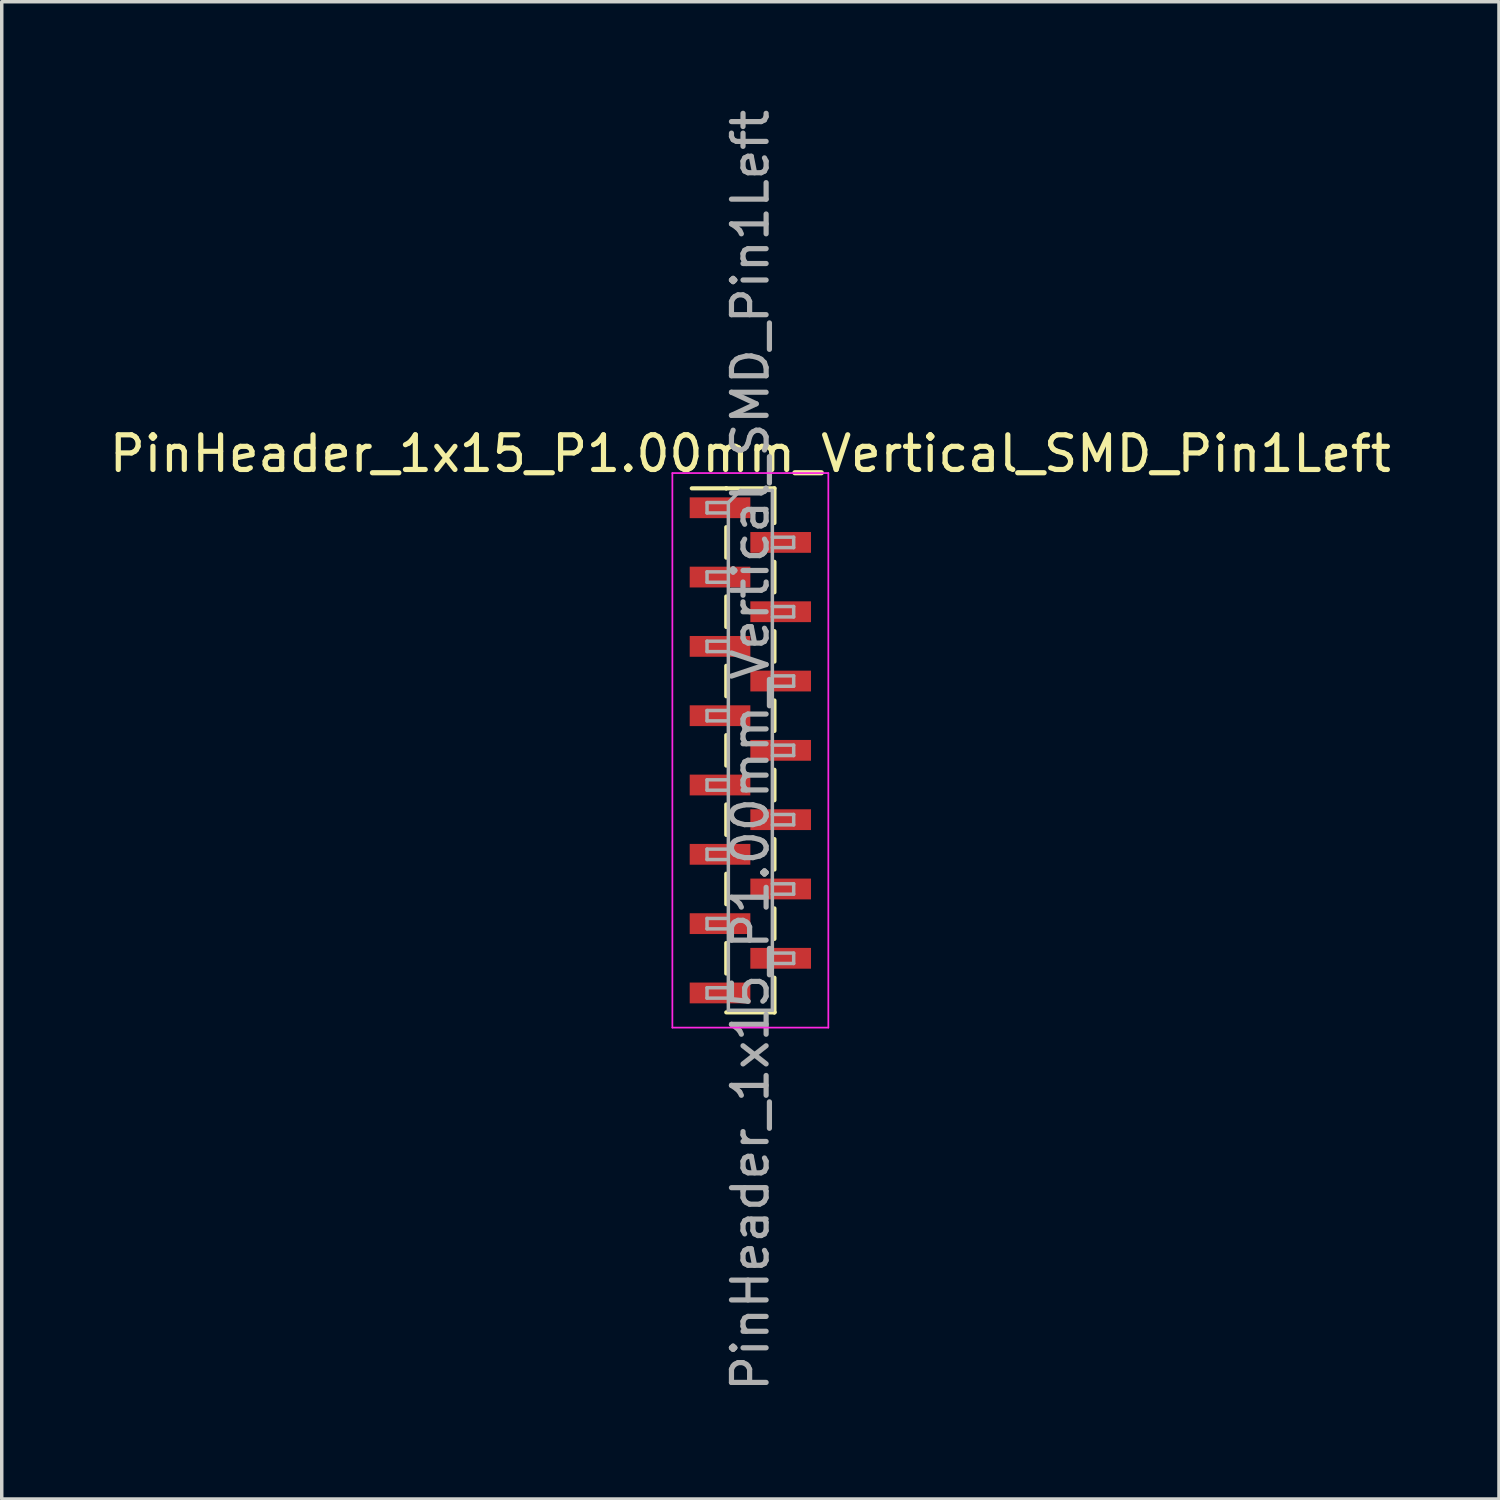
<source format=kicad_pcb>
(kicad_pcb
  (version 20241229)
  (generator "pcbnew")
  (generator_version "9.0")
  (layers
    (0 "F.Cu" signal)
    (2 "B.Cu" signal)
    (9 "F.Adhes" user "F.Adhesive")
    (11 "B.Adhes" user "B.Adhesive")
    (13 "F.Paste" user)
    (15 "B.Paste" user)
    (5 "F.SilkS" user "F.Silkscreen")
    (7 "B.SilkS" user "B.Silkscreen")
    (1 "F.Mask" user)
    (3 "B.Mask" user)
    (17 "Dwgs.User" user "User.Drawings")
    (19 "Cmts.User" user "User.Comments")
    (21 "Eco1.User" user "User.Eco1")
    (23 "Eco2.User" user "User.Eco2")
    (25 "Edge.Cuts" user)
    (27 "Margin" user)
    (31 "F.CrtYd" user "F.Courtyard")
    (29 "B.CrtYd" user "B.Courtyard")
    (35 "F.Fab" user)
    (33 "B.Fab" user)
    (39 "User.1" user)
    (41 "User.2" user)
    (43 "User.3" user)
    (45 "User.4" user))
  (footprint "PinHeader_1x15_P1.00mm_Vertical_SMD_Pin1Left"
    (layer "F.Cu")
    (at 18.601 18.601)
    (property "Reference" "PinHeader_1x15_P1.00mm_Vertical_SMD_Pin1Left" (at 0 -8.56 0) (layer "F.SilkS") (effects (font (size 1 1) (thickness 0.15))))
    (attr smd)
    (fp_line (start -0.695 -7.56) (end -1.69 -7.56) (stroke (width 0.12) (type solid)) (layer "F.SilkS"))
    (fp_line (start -0.695 -7.56) (end -0.695 -7.56) (stroke (width 0.12) (type solid)) (layer "F.SilkS"))
    (fp_line (start -0.695 -7.56) (end 0.695 -7.56) (stroke (width 0.12) (type solid)) (layer "F.SilkS"))
    (fp_line (start -0.695 -6.44) (end -0.695 -5.56) (stroke (width 0.12) (type solid)) (layer "F.SilkS"))
    (fp_line (start -0.695 -4.44) (end -0.695 -3.56) (stroke (width 0.12) (type solid)) (layer "F.SilkS"))
    (fp_line (start -0.695 -2.44) (end -0.695 -1.56) (stroke (width 0.12) (type solid)) (layer "F.SilkS"))
    (fp_line (start -0.695 -0.44) (end -0.695 0.44) (stroke (width 0.12) (type solid)) (layer "F.SilkS"))
    (fp_line (start -0.695 1.56) (end -0.695 2.44) (stroke (width 0.12) (type solid)) (layer "F.SilkS"))
    (fp_line (start -0.695 3.56) (end -0.695 4.44) (stroke (width 0.12) (type solid)) (layer "F.SilkS"))
    (fp_line (start -0.695 5.56) (end -0.695 6.44) (stroke (width 0.12) (type solid)) (layer "F.SilkS"))
    (fp_line (start -0.695 7.56) (end 0.695 7.56) (stroke (width 0.12) (type solid)) (layer "F.SilkS"))
    (fp_line (start 0.695 -7.56) (end 0.695 -6.56) (stroke (width 0.12) (type solid)) (layer "F.SilkS"))
    (fp_line (start 0.695 -5.44) (end 0.695 -4.56) (stroke (width 0.12) (type solid)) (layer "F.SilkS"))
    (fp_line (start 0.695 -3.44) (end 0.695 -2.56) (stroke (width 0.12) (type solid)) (layer "F.SilkS"))
    (fp_line (start 0.695 -1.44) (end 0.695 -0.56) (stroke (width 0.12) (type solid)) (layer "F.SilkS"))
    (fp_line (start 0.695 0.56) (end 0.695 1.44) (stroke (width 0.12) (type solid)) (layer "F.SilkS"))
    (fp_line (start 0.695 2.56) (end 0.695 3.44) (stroke (width 0.12) (type solid)) (layer "F.SilkS"))
    (fp_line (start 0.695 4.56) (end 0.695 5.44) (stroke (width 0.12) (type solid)) (layer "F.SilkS"))
    (fp_line (start 0.695 6.56) (end 0.695 7.56) (stroke (width 0.12) (type solid)) (layer "F.SilkS"))
    (fp_line (start 0.695 7.56) (end 0.695 7.56) (stroke (width 0.12) (type solid)) (layer "F.SilkS"))
    (fp_line (start -2.25 -8) (end -2.25 8) (stroke (width 0.05) (type solid)) (layer "F.CrtYd"))
    (fp_line (start -2.25 8) (end 2.25 8) (stroke (width 0.05) (type solid)) (layer "F.CrtYd"))
    (fp_line (start 2.25 -8) (end -2.25 -8) (stroke (width 0.05) (type solid)) (layer "F.CrtYd"))
    (fp_line (start 2.25 8) (end 2.25 -8) (stroke (width 0.05) (type solid)) (layer "F.CrtYd"))
    (fp_line (start -1.25 -7.15) (end -1.25 -6.85) (stroke (width 0.1) (type solid)) (layer "F.Fab"))
    (fp_line (start -1.25 -6.85) (end -0.635 -6.85) (stroke (width 0.1) (type solid)) (layer "F.Fab"))
    (fp_line (start -1.25 -5.15) (end -1.25 -4.85) (stroke (width 0.1) (type solid)) (layer "F.Fab"))
    (fp_line (start -1.25 -4.85) (end -0.635 -4.85) (stroke (width 0.1) (type solid)) (layer "F.Fab"))
    (fp_line (start -1.25 -3.15) (end -1.25 -2.85) (stroke (width 0.1) (type solid)) (layer "F.Fab"))
    (fp_line (start -1.25 -2.85) (end -0.635 -2.85) (stroke (width 0.1) (type solid)) (layer "F.Fab"))
    (fp_line (start -1.25 -1.15) (end -1.25 -0.85) (stroke (width 0.1) (type solid)) (layer "F.Fab"))
    (fp_line (start -1.25 -0.85) (end -0.635 -0.85) (stroke (width 0.1) (type solid)) (layer "F.Fab"))
    (fp_line (start -1.25 0.85) (end -1.25 1.15) (stroke (width 0.1) (type solid)) (layer "F.Fab"))
    (fp_line (start -1.25 1.15) (end -0.635 1.15) (stroke (width 0.1) (type solid)) (layer "F.Fab"))
    (fp_line (start -1.25 2.85) (end -1.25 3.15) (stroke (width 0.1) (type solid)) (layer "F.Fab"))
    (fp_line (start -1.25 3.15) (end -0.635 3.15) (stroke (width 0.1) (type solid)) (layer "F.Fab"))
    (fp_line (start -1.25 4.85) (end -1.25 5.15) (stroke (width 0.1) (type solid)) (layer "F.Fab"))
    (fp_line (start -1.25 5.15) (end -0.635 5.15) (stroke (width 0.1) (type solid)) (layer "F.Fab"))
    (fp_line (start -1.25 6.85) (end -1.25 7.15) (stroke (width 0.1) (type solid)) (layer "F.Fab"))
    (fp_line (start -1.25 7.15) (end -0.635 7.15) (stroke (width 0.1) (type solid)) (layer "F.Fab"))
    (fp_line (start -0.635 -7.15) (end -1.25 -7.15) (stroke (width 0.1) (type solid)) (layer "F.Fab"))
    (fp_line (start -0.635 -7.15) (end -0.285 -7.5) (stroke (width 0.1) (type solid)) (layer "F.Fab"))
    (fp_line (start -0.635 -5.15) (end -1.25 -5.15) (stroke (width 0.1) (type solid)) (layer "F.Fab"))
    (fp_line (start -0.635 -3.15) (end -1.25 -3.15) (stroke (width 0.1) (type solid)) (layer "F.Fab"))
    (fp_line (start -0.635 -1.15) (end -1.25 -1.15) (stroke (width 0.1) (type solid)) (layer "F.Fab"))
    (fp_line (start -0.635 0.85) (end -1.25 0.85) (stroke (width 0.1) (type solid)) (layer "F.Fab"))
    (fp_line (start -0.635 2.85) (end -1.25 2.85) (stroke (width 0.1) (type solid)) (layer "F.Fab"))
    (fp_line (start -0.635 4.85) (end -1.25 4.85) (stroke (width 0.1) (type solid)) (layer "F.Fab"))
    (fp_line (start -0.635 6.85) (end -1.25 6.85) (stroke (width 0.1) (type solid)) (layer "F.Fab"))
    (fp_line (start -0.635 7.5) (end -0.635 -7.15) (stroke (width 0.1) (type solid)) (layer "F.Fab"))
    (fp_line (start -0.285 -7.5) (end 0.635 -7.5) (stroke (width 0.1) (type solid)) (layer "F.Fab"))
    (fp_line (start 0.635 -7.5) (end 0.635 7.5) (stroke (width 0.1) (type solid)) (layer "F.Fab"))
    (fp_line (start 0.635 -6.15) (end 1.25 -6.15) (stroke (width 0.1) (type solid)) (layer "F.Fab"))
    (fp_line (start 0.635 -4.15) (end 1.25 -4.15) (stroke (width 0.1) (type solid)) (layer "F.Fab"))
    (fp_line (start 0.635 -2.15) (end 1.25 -2.15) (stroke (width 0.1) (type solid)) (layer "F.Fab"))
    (fp_line (start 0.635 -0.15) (end 1.25 -0.15) (stroke (width 0.1) (type solid)) (layer "F.Fab"))
    (fp_line (start 0.635 1.85) (end 1.25 1.85) (stroke (width 0.1) (type solid)) (layer "F.Fab"))
    (fp_line (start 0.635 3.85) (end 1.25 3.85) (stroke (width 0.1) (type solid)) (layer "F.Fab"))
    (fp_line (start 0.635 5.85) (end 1.25 5.85) (stroke (width 0.1) (type solid)) (layer "F.Fab"))
    (fp_line (start 0.635 7.5) (end -0.635 7.5) (stroke (width 0.1) (type solid)) (layer "F.Fab"))
    (fp_line (start 1.25 -6.15) (end 1.25 -5.85) (stroke (width 0.1) (type solid)) (layer "F.Fab"))
    (fp_line (start 1.25 -5.85) (end 0.635 -5.85) (stroke (width 0.1) (type solid)) (layer "F.Fab"))
    (fp_line (start 1.25 -4.15) (end 1.25 -3.85) (stroke (width 0.1) (type solid)) (layer "F.Fab"))
    (fp_line (start 1.25 -3.85) (end 0.635 -3.85) (stroke (width 0.1) (type solid)) (layer "F.Fab"))
    (fp_line (start 1.25 -2.15) (end 1.25 -1.85) (stroke (width 0.1) (type solid)) (layer "F.Fab"))
    (fp_line (start 1.25 -1.85) (end 0.635 -1.85) (stroke (width 0.1) (type solid)) (layer "F.Fab"))
    (fp_line (start 1.25 -0.15) (end 1.25 0.15) (stroke (width 0.1) (type solid)) (layer "F.Fab"))
    (fp_line (start 1.25 0.15) (end 0.635 0.15) (stroke (width 0.1) (type solid)) (layer "F.Fab"))
    (fp_line (start 1.25 1.85) (end 1.25 2.15) (stroke (width 0.1) (type solid)) (layer "F.Fab"))
    (fp_line (start 1.25 2.15) (end 0.635 2.15) (stroke (width 0.1) (type solid)) (layer "F.Fab"))
    (fp_line (start 1.25 3.85) (end 1.25 4.15) (stroke (width 0.1) (type solid)) (layer "F.Fab"))
    (fp_line (start 1.25 4.15) (end 0.635 4.15) (stroke (width 0.1) (type solid)) (layer "F.Fab"))
    (fp_line (start 1.25 5.85) (end 1.25 6.15) (stroke (width 0.1) (type solid)) (layer "F.Fab"))
    (fp_line (start 1.25 6.15) (end 0.635 6.15) (stroke (width 0.1) (type solid)) (layer "F.Fab"))
    (fp_text user "${REFERENCE}" (at 0 0 90) (layer "F.Fab") (effects (font (size 1 1) (thickness 0.15))))
    (pad "1" smd rect (at -0.875 -7) (size 1.75 0.6) (layers "F.Cu" "F.Mask" "F.Paste"))
    (pad "2" smd rect (at 0.875 -6) (size 1.75 0.6) (layers "F.Cu" "F.Mask" "F.Paste"))
    (pad "3" smd rect (at -0.875 -5) (size 1.75 0.6) (layers "F.Cu" "F.Mask" "F.Paste"))
    (pad "4" smd rect (at 0.875 -4) (size 1.75 0.6) (layers "F.Cu" "F.Mask" "F.Paste"))
    (pad "5" smd rect (at -0.875 -3) (size 1.75 0.6) (layers "F.Cu" "F.Mask" "F.Paste"))
    (pad "6" smd rect (at 0.875 -2) (size 1.75 0.6) (layers "F.Cu" "F.Mask" "F.Paste"))
    (pad "7" smd rect (at -0.875 -1) (size 1.75 0.6) (layers "F.Cu" "F.Mask" "F.Paste"))
    (pad "8" smd rect (at 0.875 0) (size 1.75 0.6) (layers "F.Cu" "F.Mask" "F.Paste"))
    (pad "9" smd rect (at -0.875 1) (size 1.75 0.6) (layers "F.Cu" "F.Mask" "F.Paste"))
    (pad "10" smd rect (at 0.875 2) (size 1.75 0.6) (layers "F.Cu" "F.Mask" "F.Paste"))
    (pad "11" smd rect (at -0.875 3) (size 1.75 0.6) (layers "F.Cu" "F.Mask" "F.Paste"))
    (pad "12" smd rect (at 0.875 4) (size 1.75 0.6) (layers "F.Cu" "F.Mask" "F.Paste"))
    (pad "13" smd rect (at -0.875 5) (size 1.75 0.6) (layers "F.Cu" "F.Mask" "F.Paste"))
    (pad "14" smd rect (at 0.875 6) (size 1.75 0.6) (layers "F.Cu" "F.Mask" "F.Paste"))
    (pad "15" smd rect (at -0.875 7) (size 1.75 0.6) (layers "F.Cu" "F.Mask" "F.Paste")))
  (gr_rect
    (start -3 -3)
    (end 40.202 40.202)
    (stroke (width 0.1) (type default))
    (fill no)
    (layer "Edge.Cuts")))
</source>
